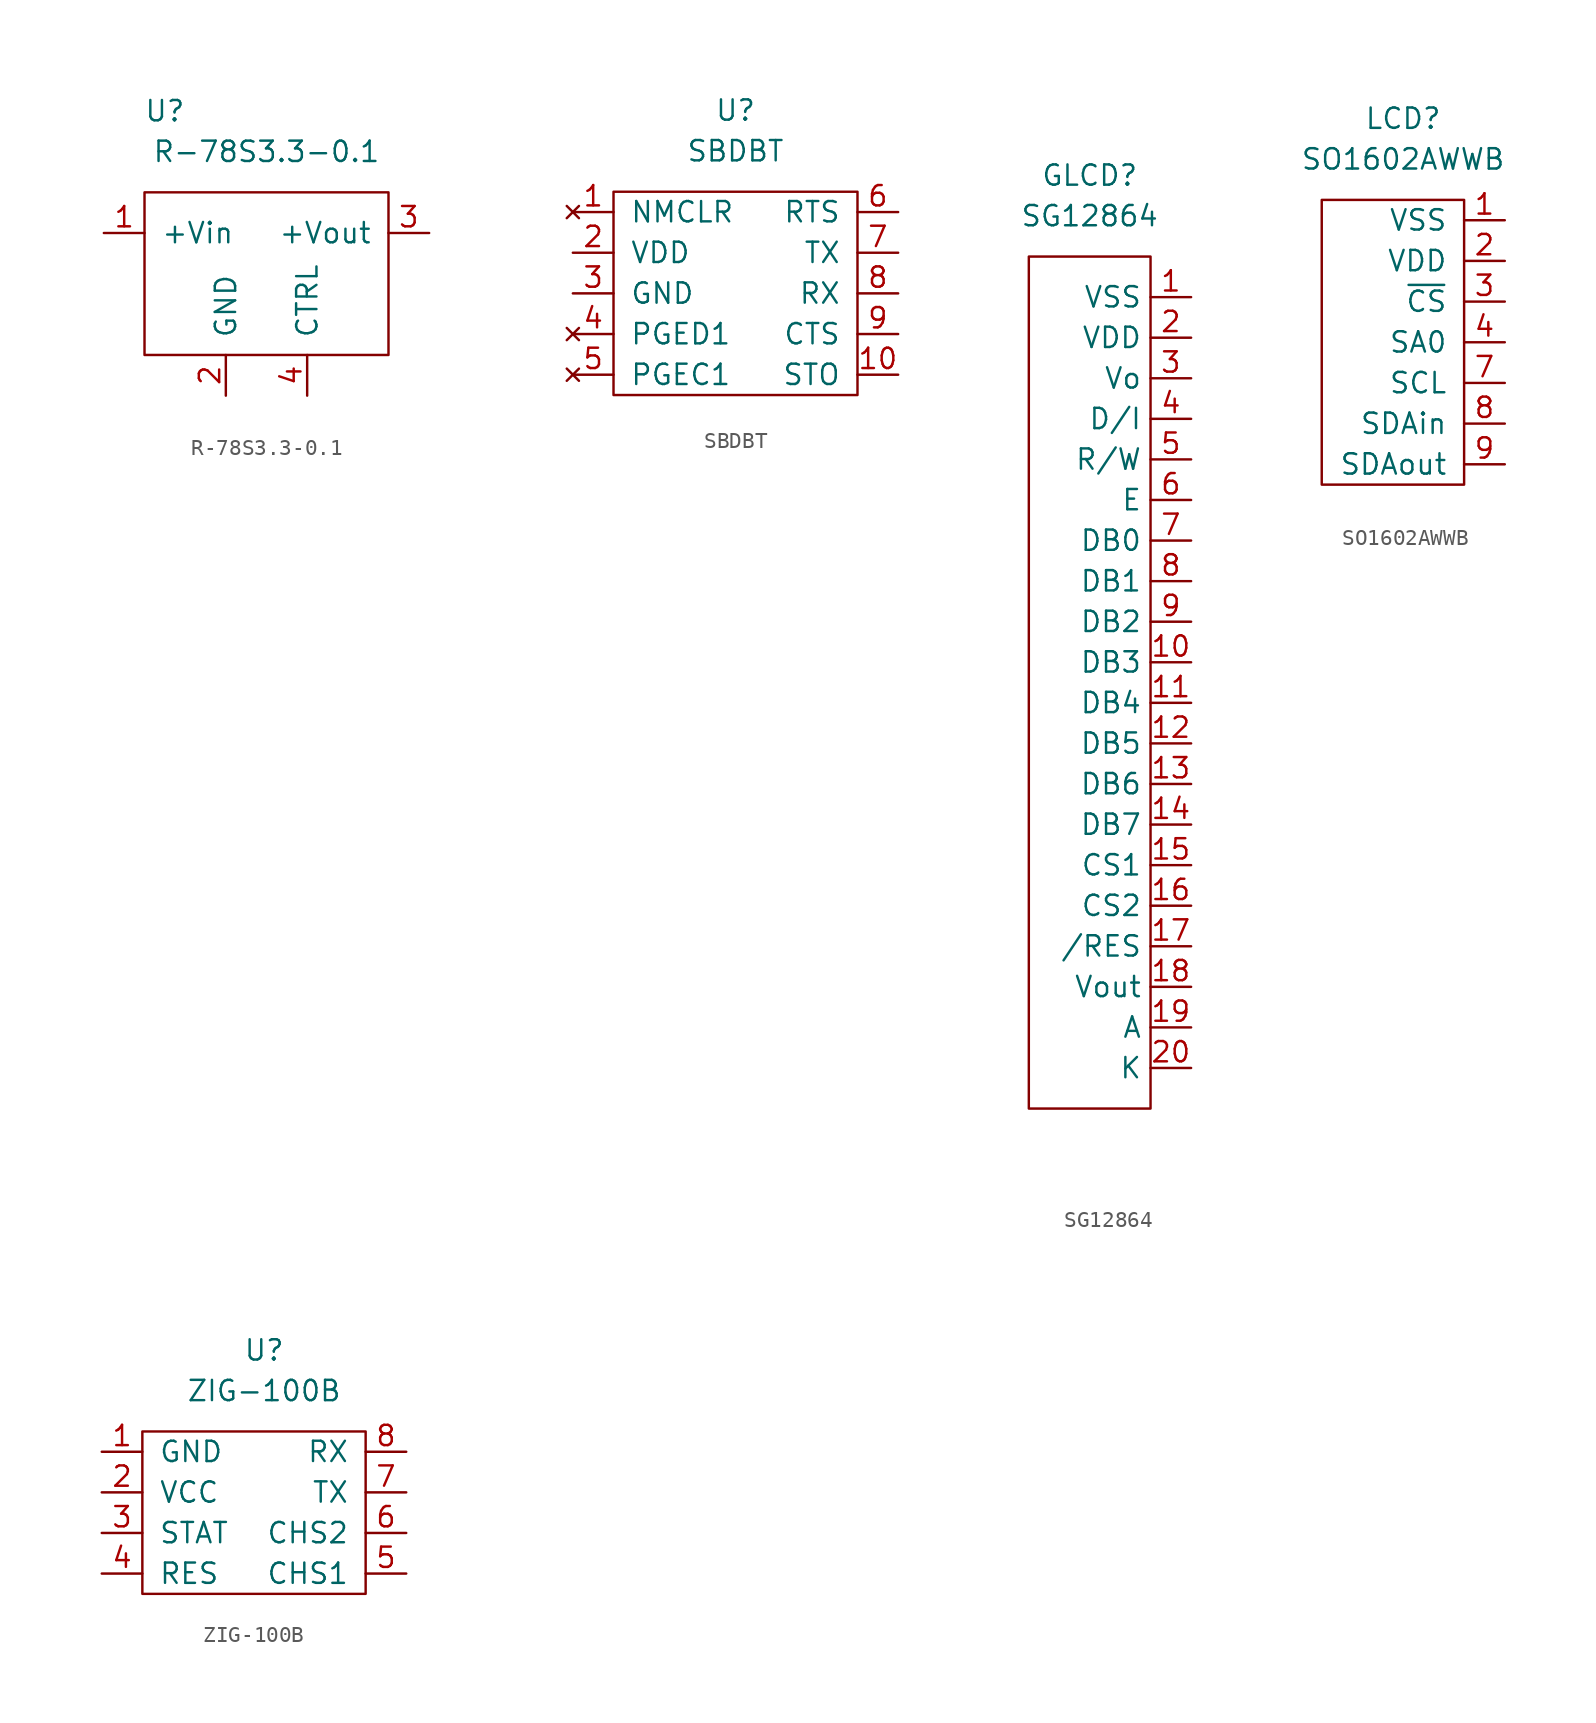
<source format=kicad_sym>
(kicad_symbol_lib
  (version 20211014)
  (generator kicad_symbol_editor)
  (symbol "R-78S3.3-0.1"
    (pin_names
      (offset 1.016))
    (property "Reference" "U"
      (at -3.81 7.62 0)
      (effects (font (size 1.27 1.27))))
    (property "Value" "R-78S3.3-0.1"
      (at 2.54 5.08 0)
      (effects (font (size 1.27 1.27))))
    (symbol "R-78S3.3-0.1_0_1"
      (rectangle (start -5.08 2.54) (end 10.16 -7.62) (stroke (width 0) (type default) (color 0 0 0 0)) (fill (type none))))
    (symbol "R-78S3.3-0.1_1_1"
      (pin power_in line (at -7.62 0 0) (length 2.54) (name "+Vin" (effects (font (size 1.27 1.27)))) (number "1" (effects (font (size 1.27 1.27)))))
      (pin power_in line (at 0 -10.16 90) (length 2.54) (name "GND" (effects (font (size 1.27 1.27)))) (number "2" (effects (font (size 1.27 1.27)))))
      (pin power_out line (at 12.7 0 180) (length 2.54) (name "+Vout" (effects (font (size 1.27 1.27)))) (number "3" (effects (font (size 1.27 1.27)))))
      (pin input line (at 5.08 -10.16 90) (length 2.54) (name "CTRL" (effects (font (size 1.27 1.27)))) (number "4" (effects (font (size 1.27 1.27)))))))
  (symbol "SBDBT"
    (pin_names
      (offset 1.016))
    (property "Reference" "U"
      (at 0 5.08 0)
      (effects (font (size 1.27 1.27))))
    (property "Value" "SBDBT"
      (at 0 2.54 0)
      (effects (font (size 1.27 1.27))))
    (symbol "SBDBT_0_1"
      (rectangle (start -7.62 0) (end 7.62 -12.7) (stroke (width 0) (type default) (color 0 0 0 0)) (fill (type none))))
    (symbol "SBDBT_1_1"
      (pin no_connect line (at -10.16 -1.27 0) (length 2.54) (name "NMCLR" (effects (font (size 1.27 1.27)))) (number "1" (effects (font (size 1.27 1.27)))))
      (pin output line (at 10.16 -11.43 180) (length 2.54) (name "STO" (effects (font (size 1.27 1.27)))) (number "10" (effects (font (size 1.27 1.27)))))
      (pin power_in line (at -10.16 -3.81 0) (length 2.54) (name "VDD" (effects (font (size 1.27 1.27)))) (number "2" (effects (font (size 1.27 1.27)))))
      (pin power_in line (at -10.16 -6.35 0) (length 2.54) (name "GND" (effects (font (size 1.27 1.27)))) (number "3" (effects (font (size 1.27 1.27)))))
      (pin no_connect line (at -10.16 -8.89 0) (length 2.54) (name "PGED1" (effects (font (size 1.27 1.27)))) (number "4" (effects (font (size 1.27 1.27)))))
      (pin no_connect line (at -10.16 -11.43 0) (length 2.54) (name "PGEC1" (effects (font (size 1.27 1.27)))) (number "5" (effects (font (size 1.27 1.27)))))
      (pin output line (at 10.16 -1.27 180) (length 2.54) (name "RTS" (effects (font (size 1.27 1.27)))) (number "6" (effects (font (size 1.27 1.27)))))
      (pin output line (at 10.16 -3.81 180) (length 2.54) (name "TX" (effects (font (size 1.27 1.27)))) (number "7" (effects (font (size 1.27 1.27)))))
      (pin input line (at 10.16 -6.35 180) (length 2.54) (name "RX" (effects (font (size 1.27 1.27)))) (number "8" (effects (font (size 1.27 1.27)))))
      (pin input line (at 10.16 -8.89 180) (length 2.54) (name "CTS" (effects (font (size 1.27 1.27)))) (number "9" (effects (font (size 1.27 1.27)))))))
  (symbol "SG12864"
    (property "Reference" "GLCD"
      (at 0 5.08 0)
      (effects (font (size 1.27 1.27))))
    (property "Value" "SG12864"
      (at 0 2.54 0)
      (effects (font (size 1.27 1.27))))
    (symbol "SG12864_0_1"
      (rectangle (start -3.81 0) (end 3.81 -53.34) (stroke (width 0.152) (type default) (color 0 0 0 0)) (fill (type none))))
    (symbol "SG12864_1_1"
      (pin power_in line (at 6.35 -2.54 180) (length 2.54) (name "VSS" (effects (font (size 1.27 1.27)))) (number "1" (effects (font (size 1.27 1.27)))))
      (pin tri_state line (at 6.35 -25.4 180) (length 2.54) (name "DB3" (effects (font (size 1.27 1.27)))) (number "10" (effects (font (size 1.27 1.27)))))
      (pin tri_state line (at 6.35 -27.94 180) (length 2.54) (name "DB4" (effects (font (size 1.27 1.27)))) (number "11" (effects (font (size 1.27 1.27)))))
      (pin tri_state line (at 6.35 -30.48 180) (length 2.54) (name "DB5" (effects (font (size 1.27 1.27)))) (number "12" (effects (font (size 1.27 1.27)))))
      (pin tri_state line (at 6.35 -33.02 180) (length 2.54) (name "DB6" (effects (font (size 1.27 1.27)))) (number "13" (effects (font (size 1.27 1.27)))))
      (pin tri_state line (at 6.35 -35.56 180) (length 2.54) (name "DB7" (effects (font (size 1.27 1.27)))) (number "14" (effects (font (size 1.27 1.27)))))
      (pin input line (at 6.35 -38.1 180) (length 2.54) (name "CS1" (effects (font (size 1.27 1.27)))) (number "15" (effects (font (size 1.27 1.27)))))
      (pin input line (at 6.35 -40.64 180) (length 2.54) (name "CS2" (effects (font (size 1.27 1.27)))) (number "16" (effects (font (size 1.27 1.27)))))
      (pin input line (at 6.35 -43.18 180) (length 2.54) (name "/RES" (effects (font (size 1.27 1.27)))) (number "17" (effects (font (size 1.27 1.27)))))
      (pin power_out line (at 6.35 -45.72 180) (length 2.54) (name "Vout" (effects (font (size 1.27 1.27)))) (number "18" (effects (font (size 1.27 1.27)))))
      (pin passive line (at 6.35 -48.26 180) (length 2.54) (name "A" (effects (font (size 1.27 1.27)))) (number "19" (effects (font (size 1.27 1.27)))))
      (pin power_in line (at 6.35 -5.08 180) (length 2.54) (name "VDD" (effects (font (size 1.27 1.27)))) (number "2" (effects (font (size 1.27 1.27)))))
      (pin passive line (at 6.35 -50.8 180) (length 2.54) (name "K" (effects (font (size 1.27 1.27)))) (number "20" (effects (font (size 1.27 1.27)))))
      (pin input line (at 6.35 -7.62 180) (length 2.54) (name "Vo" (effects (font (size 1.27 1.27)))) (number "3" (effects (font (size 1.27 1.27)))))
      (pin input line (at 6.35 -10.16 180) (length 2.54) (name "D/I" (effects (font (size 1.27 1.27)))) (number "4" (effects (font (size 1.27 1.27)))))
      (pin input line (at 6.35 -12.7 180) (length 2.54) (name "R/W" (effects (font (size 1.27 1.27)))) (number "5" (effects (font (size 1.27 1.27)))))
      (pin input line (at 6.35 -15.24 180) (length 2.54) (name "E" (effects (font (size 1.27 1.27)))) (number "6" (effects (font (size 1.27 1.27)))))
      (pin tri_state line (at 6.35 -17.78 180) (length 2.54) (name "DB0" (effects (font (size 1.27 1.27)))) (number "7" (effects (font (size 1.27 1.27)))))
      (pin tri_state line (at 6.35 -20.32 180) (length 2.54) (name "DB1" (effects (font (size 1.27 1.27)))) (number "8" (effects (font (size 1.27 1.27)))))
      (pin tri_state line (at 6.35 -22.86 180) (length 2.54) (name "DB2" (effects (font (size 1.27 1.27)))) (number "9" (effects (font (size 1.27 1.27)))))))
  (symbol "SO1602AWWB"
    (pin_names
      (offset 1.016))
    (property "Reference" "LCD"
      (at 0 5.08 0)
      (effects (font (size 1.27 1.27))))
    (property "Value" "SO1602AWWB"
      (at 0 2.54 0)
      (effects (font (size 1.27 1.27))))
    (symbol "SO1602AWWB_0_1"
      (rectangle (start -5.08 0) (end 3.81 -17.78) (stroke (width 0) (type default) (color 0 0 0 0)) (fill (type none))))
    (symbol "SO1602AWWB_1_1"
      (pin power_in line (at 6.35 -1.27 180) (length 2.54) (name "VSS" (effects (font (size 1.27 1.27)))) (number "1" (effects (font (size 1.27 1.27)))))
      (pin power_in line (at 6.35 -3.81 180) (length 2.54) (name "VDD" (effects (font (size 1.27 1.27)))) (number "2" (effects (font (size 1.27 1.27)))))
      (pin input line (at 6.35 -6.35 180) (length 2.54) (name "~{CS}" (effects (font (size 1.27 1.27)))) (number "3" (effects (font (size 1.27 1.27)))))
      (pin input line (at 6.35 -8.89 180) (length 2.54) (name "SA0" (effects (font (size 1.27 1.27)))) (number "4" (effects (font (size 1.27 1.27)))))
      (pin passive line (at 6.35 -11.43 180) (length 2.54) (name "SCL" (effects (font (size 1.27 1.27)))) (number "7" (effects (font (size 1.27 1.27)))))
      (pin passive line (at 6.35 -13.97 180) (length 2.54) (name "SDAin" (effects (font (size 1.27 1.27)))) (number "8" (effects (font (size 1.27 1.27)))))
      (pin passive line (at 6.35 -16.51 180) (length 2.54) (name "SDAout" (effects (font (size 1.27 1.27)))) (number "9" (effects (font (size 1.27 1.27)))))))
  (symbol "ZIG-100B"
    (pin_names
      (offset 1.016))
    (property "Reference" "U"
      (at 0 5.08 0)
      (effects (font (size 1.27 1.27))))
    (property "Value" "ZIG-100B"
      (at 0 2.54 0)
      (effects (font (size 1.27 1.27))))
    (symbol "ZIG-100B_0_1"
      (rectangle (start -7.62 0) (end 6.35 -10.16) (stroke (width 0) (type default) (color 0 0 0 0)) (fill (type none))))
    (symbol "ZIG-100B_1_1"
      (pin power_in line (at -10.16 -1.27 0) (length 2.54) (name "GND" (effects (font (size 1.27 1.27)))) (number "1" (effects (font (size 1.27 1.27)))))
      (pin power_in line (at -10.16 -3.81 0) (length 2.54) (name "VCC" (effects (font (size 1.27 1.27)))) (number "2" (effects (font (size 1.27 1.27)))))
      (pin output line (at -10.16 -6.35 0) (length 2.54) (name "STAT" (effects (font (size 1.27 1.27)))) (number "3" (effects (font (size 1.27 1.27)))))
      (pin passive line (at -10.16 -8.89 0) (length 2.54) (name "RES" (effects (font (size 1.27 1.27)))) (number "4" (effects (font (size 1.27 1.27)))))
      (pin passive line (at 8.89 -8.89 180) (length 2.54) (name "CHS1" (effects (font (size 1.27 1.27)))) (number "5" (effects (font (size 1.27 1.27)))))
      (pin passive line (at 8.89 -6.35 180) (length 2.54) (name "CHS2" (effects (font (size 1.27 1.27)))) (number "6" (effects (font (size 1.27 1.27)))))
      (pin output line (at 8.89 -3.81 180) (length 2.54) (name "TX" (effects (font (size 1.27 1.27)))) (number "7" (effects (font (size 1.27 1.27)))))
      (pin input line (at 8.89 -1.27 180) (length 2.54) (name "RX" (effects (font (size 1.27 1.27)))) (number "8" (effects (font (size 1.27 1.27))))))))
</source>
